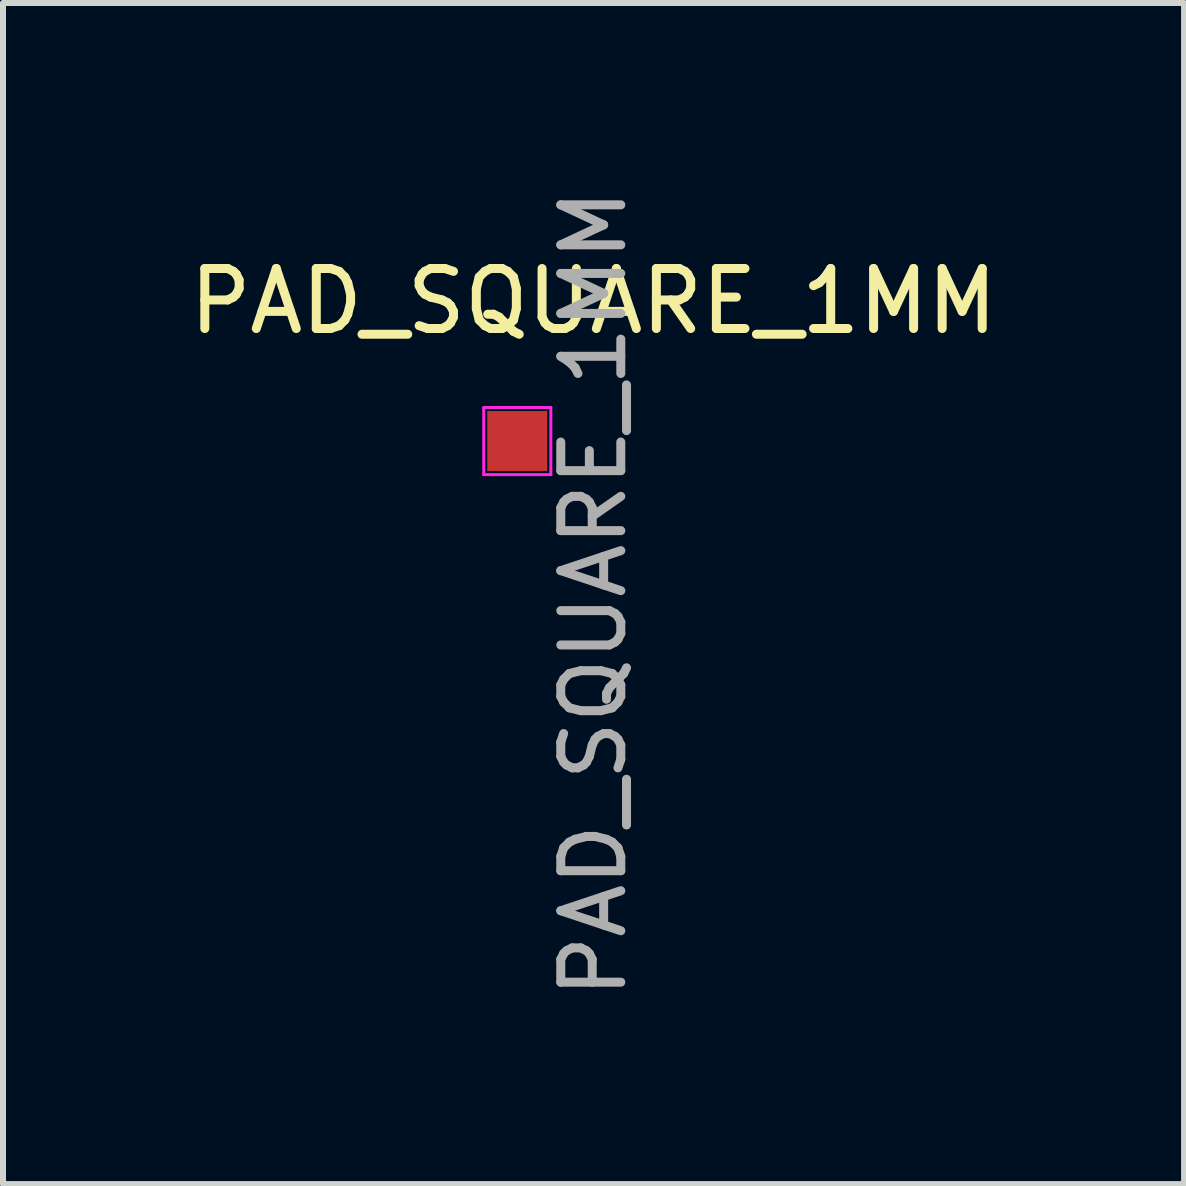
<source format=kicad_pcb>
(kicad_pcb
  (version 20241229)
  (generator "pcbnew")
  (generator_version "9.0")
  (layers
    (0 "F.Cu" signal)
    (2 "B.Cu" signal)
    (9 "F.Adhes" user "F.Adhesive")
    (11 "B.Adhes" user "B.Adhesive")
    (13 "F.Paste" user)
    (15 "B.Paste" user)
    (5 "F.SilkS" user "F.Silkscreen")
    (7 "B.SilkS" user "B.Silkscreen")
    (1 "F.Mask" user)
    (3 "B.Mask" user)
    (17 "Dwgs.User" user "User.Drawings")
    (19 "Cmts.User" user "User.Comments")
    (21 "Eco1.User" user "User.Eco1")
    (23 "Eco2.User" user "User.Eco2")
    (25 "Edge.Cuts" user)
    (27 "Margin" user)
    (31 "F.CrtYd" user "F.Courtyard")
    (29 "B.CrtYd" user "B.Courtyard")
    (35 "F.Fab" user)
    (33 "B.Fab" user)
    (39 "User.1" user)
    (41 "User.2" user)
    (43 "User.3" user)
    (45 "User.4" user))
  (footprint "PAD_SQUARE_1MM"
    (layer "F.Cu")
    (at 5.569 4.299)
    (property "Reference" "PAD_SQUARE_1MM" (at 1.27 -2.33 0) (layer "F.SilkS") (effects (font (size 1 1) (thickness 0.15))))
    (attr exclude_from_pos_files exclude_from_bom)
    (fp_line (start -0.559 -0.559) (end -0.559 0.559) (stroke (width 0.05) (type solid)) (layer "F.CrtYd"))
    (fp_line (start -0.559 0.559) (end 0.559 0.559) (stroke (width 0.05) (type solid)) (layer "F.CrtYd"))
    (fp_line (start 0.559 -0.559) (end -0.559 -0.559) (stroke (width 0.05) (type solid)) (layer "F.CrtYd"))
    (fp_line (start 0.559 0.559) (end 0.559 -0.559) (stroke (width 0.05) (type solid)) (layer "F.CrtYd"))
    (fp_text user "${REFERENCE}" (at 1.27 2.54 90) (layer "F.Fab") (effects (font (size 1 1) (thickness 0.15))))
    (pad "1" smd rect (at 0 0) (size 1 1) (layers "F.Cu" "F.Mask" "F.Paste")))
  (gr_rect
    (start -3 -3)
    (end 16.679 16.679)
    (stroke (width 0.1) (type default))
    (fill no)
    (layer "Edge.Cuts")))
</source>
